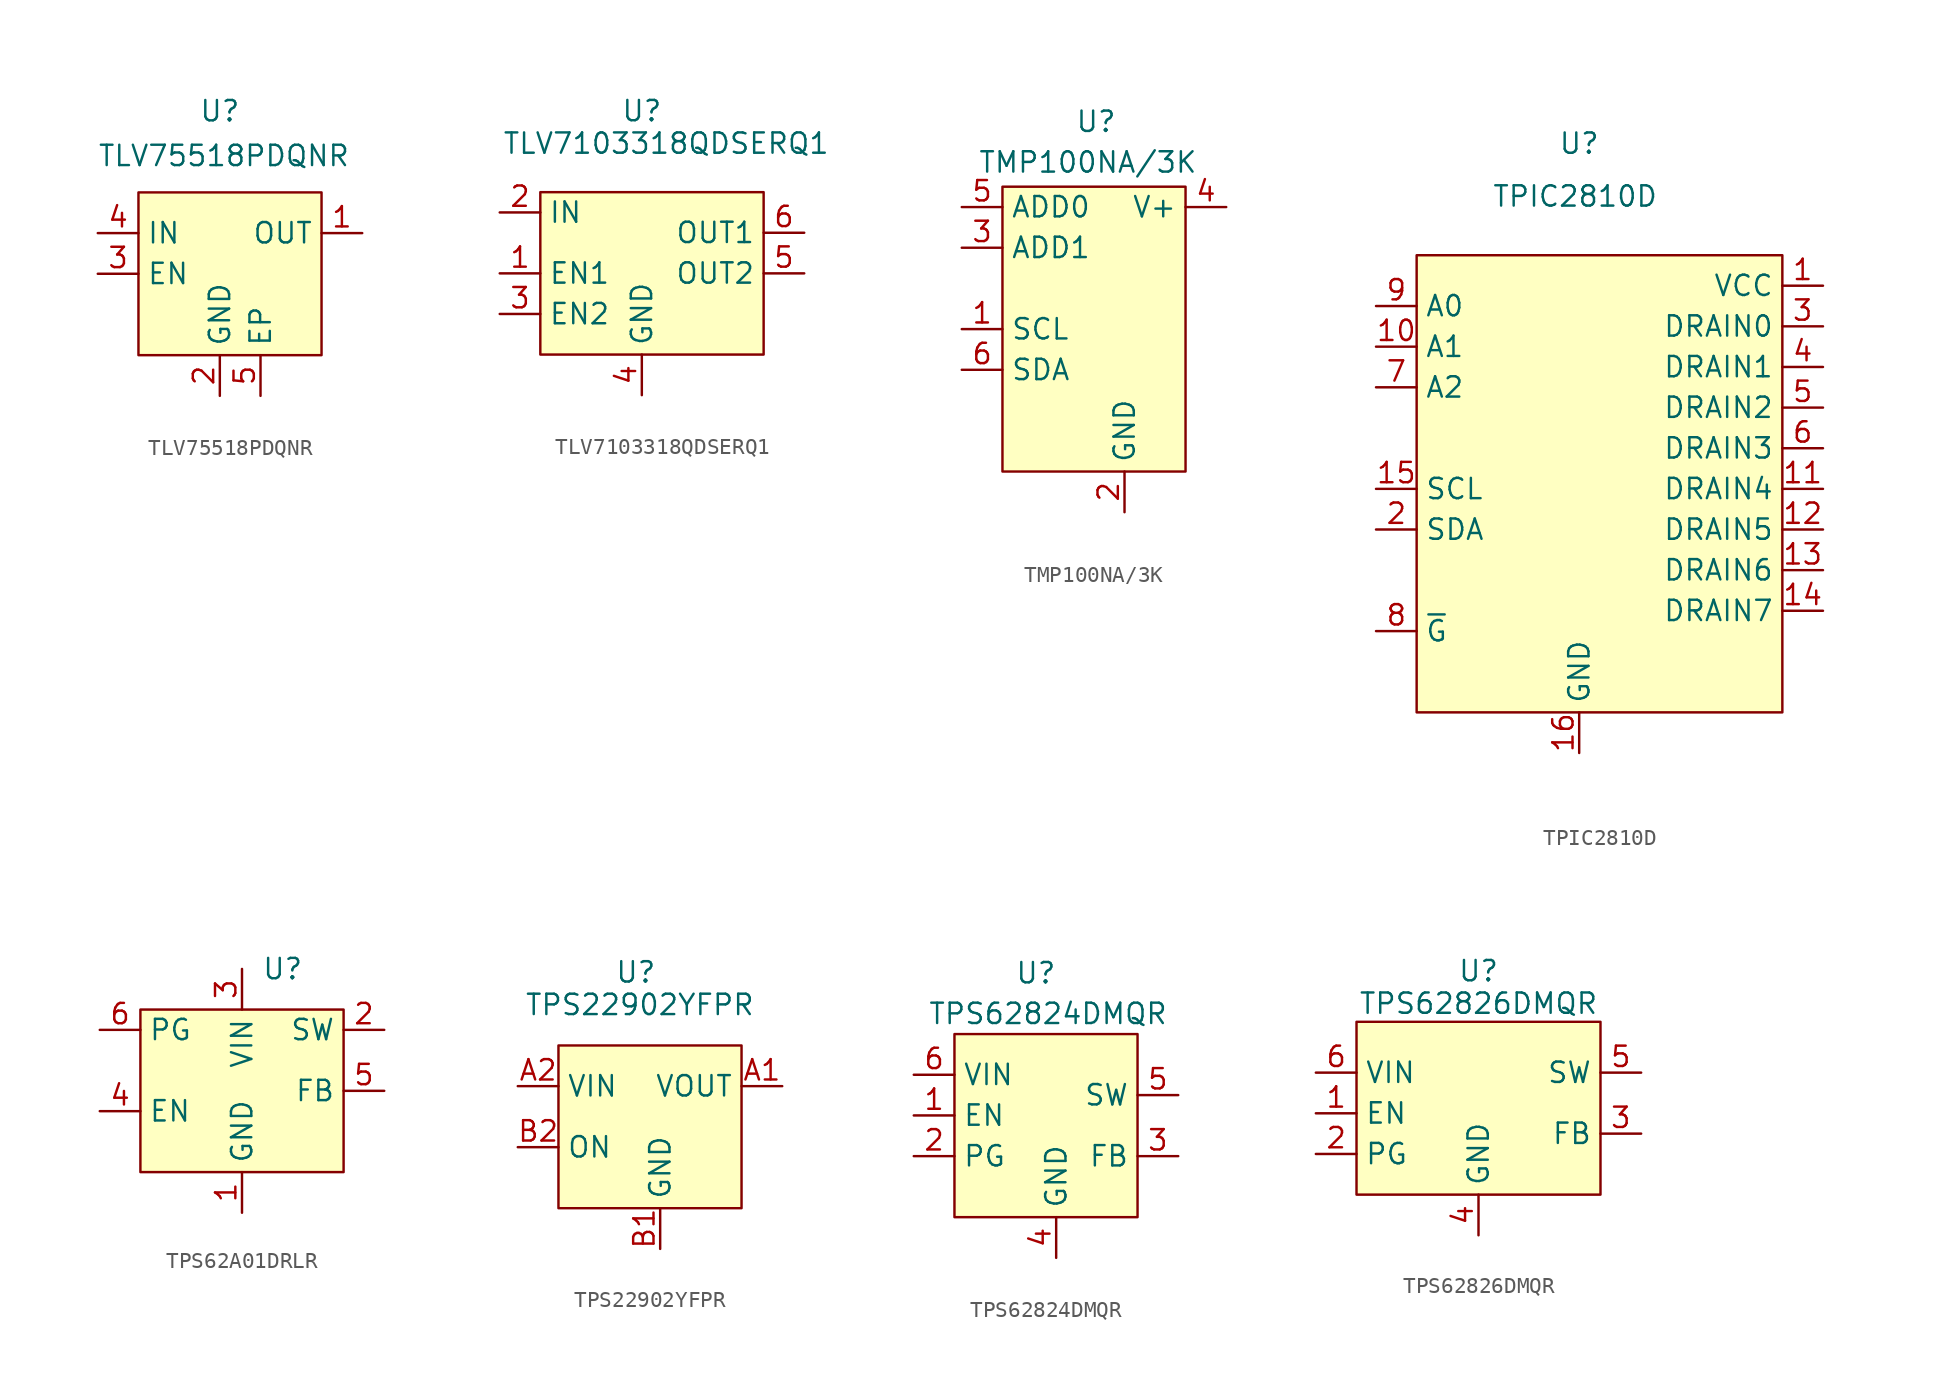
<source format=kicad_sym>
(kicad_symbol_lib
  (version 20241209)
  (generator "kicad_symbol_editor")
  (generator_version "9.0")
  (symbol "TLV75518PDQNR"
    (property "Reference" "U"
      (at 0 0 0)
      (effects (font (size 1.27 1.27))))
    (property "Value" "TLV75518PDQNR"
      (at 0.254 -2.794 0)
      (effects (font (size 1.27 1.27))))
    (symbol "TLV75518PDQNR_0_0"
      (pin passive line (at -7.62 -7.62 0) (length 2.54) (name "IN" (effects (font (size 1.27 1.27)))) (number "4" (effects (font (size 1.27 1.27)))))
      (pin passive line (at -7.62 -10.16 0) (length 2.54) (name "EN" (effects (font (size 1.27 1.27)))) (number "3" (effects (font (size 1.27 1.27)))))
      (pin passive line (at 0 -17.78 90) (length 2.54) (name "GND" (effects (font (size 1.27 1.27)))) (number "2" (effects (font (size 1.27 1.27)))))
      (pin passive line (at 2.54 -17.78 90) (length 2.54) (name "EP" (effects (font (size 1.27 1.27)))) (number "5" (effects (font (size 1.27 1.27)))))
      (pin passive line (at 8.89 -7.62 180) (length 2.54) (name "OUT" (effects (font (size 1.27 1.27)))) (number "1" (effects (font (size 1.27 1.27))))))
    (symbol "TLV75518PDQNR_1_1"
      (rectangle (start -5.08 -5.08) (end 6.35 -15.24) (stroke (width 0) (type solid)) (fill (type background)))))
  (symbol "TLV7103318QDSERQ1"
    (property "Reference" "U"
      (at 0 0 0)
      (effects (font (size 1.27 1.27))))
    (property "Value" "TLV7103318QDSERQ1"
      (at 1.524 -2.032 0)
      (effects (font (size 1.27 1.27))))
    (symbol "TLV7103318QDSERQ1_0_0"
      (pin passive line (at -8.89 -6.35 0) (length 2.54) (name "IN" (effects (font (size 1.27 1.27)))) (number "2" (effects (font (size 1.27 1.27)))))
      (pin passive line (at -8.89 -10.16 0) (length 2.54) (name "EN1" (effects (font (size 1.27 1.27)))) (number "1" (effects (font (size 1.27 1.27)))))
      (pin passive line (at -8.89 -12.7 0) (length 2.54) (name "EN2" (effects (font (size 1.27 1.27)))) (number "3" (effects (font (size 1.27 1.27)))))
      (pin passive line (at 0 -17.78 90) (length 2.54) (name "GND" (effects (font (size 1.27 1.27)))) (number "4" (effects (font (size 1.27 1.27)))))
      (pin passive line (at 10.16 -7.62 180) (length 2.54) (name "OUT1" (effects (font (size 1.27 1.27)))) (number "6" (effects (font (size 1.27 1.27)))))
      (pin passive line (at 10.16 -10.16 180) (length 2.54) (name "OUT2" (effects (font (size 1.27 1.27)))) (number "5" (effects (font (size 1.27 1.27))))))
    (symbol "TLV7103318QDSERQ1_1_1"
      (rectangle (start -6.35 -5.08) (end 7.62 -15.24) (stroke (width 0) (type solid)) (fill (type background)))))
  (symbol "TMP100NA/3K"
    (property "Reference" "U"
      (at -0.508 1.524 0)
      (effects (font (size 1.27 1.27))))
    (property "Value" "TMP100NA/3K"
      (at -1.016 -1.016 0)
      (effects (font (size 1.27 1.27))))
    (symbol "TMP100NA/3K_0_0"
      (pin passive line (at -8.89 -3.81 0) (length 2.54) (name "ADD0" (effects (font (size 1.27 1.27)))) (number "5" (effects (font (size 1.27 1.27)))))
      (pin passive line (at -8.89 -6.35 0) (length 2.54) (name "ADD1" (effects (font (size 1.27 1.27)))) (number "3" (effects (font (size 1.27 1.27)))))
      (pin passive line (at -8.89 -11.43 0) (length 2.54) (name "SCL" (effects (font (size 1.27 1.27)))) (number "1" (effects (font (size 1.27 1.27)))))
      (pin passive line (at -8.89 -13.97 0) (length 2.54) (name "SDA" (effects (font (size 1.27 1.27)))) (number "6" (effects (font (size 1.27 1.27)))))
      (pin passive line (at 1.27 -22.86 90) (length 2.54) (name "GND" (effects (font (size 1.27 1.27)))) (number "2" (effects (font (size 1.27 1.27)))))
      (pin passive line (at 7.62 -3.81 180) (length 2.54) (name "V+" (effects (font (size 1.27 1.27)))) (number "4" (effects (font (size 1.27 1.27))))))
    (symbol "TMP100NA/3K_1_1"
      (rectangle (start -6.35 -2.54) (end 5.08 -20.32) (stroke (width 0) (type solid)) (fill (type background)))))
  (symbol "TPIC2810D"
    (property "Reference" "U"
      (at 0 0 0)
      (effects (font (size 1.27 1.27))))
    (property "Value" "TPIC2810D"
      (at -0.254 -3.302 0)
      (effects (font (size 1.27 1.27))))
    (symbol "TPIC2810D_0_0"
      (pin passive line (at -12.7 -10.16 0) (length 2.54) (name "A0" (effects (font (size 1.27 1.27)))) (number "9" (effects (font (size 1.27 1.27)))))
      (pin passive line (at -12.7 -12.7 0) (length 2.54) (name "A1" (effects (font (size 1.27 1.27)))) (number "10" (effects (font (size 1.27 1.27)))))
      (pin passive line (at -12.7 -15.24 0) (length 2.54) (name "A2" (effects (font (size 1.27 1.27)))) (number "7" (effects (font (size 1.27 1.27)))))
      (pin passive line (at -12.7 -21.59 0) (length 2.54) (name "SCL" (effects (font (size 1.27 1.27)))) (number "15" (effects (font (size 1.27 1.27)))))
      (pin passive line (at -12.7 -24.13 0) (length 2.54) (name "SDA" (effects (font (size 1.27 1.27)))) (number "2" (effects (font (size 1.27 1.27)))))
      (pin passive line (at -12.7 -30.48 0) (length 2.54) (name "~{G}" (effects (font (size 1.27 1.27)))) (number "8" (effects (font (size 1.27 1.27)))))
      (pin passive line (at 0 -38.1 90) (length 2.54) (name "GND" (effects (font (size 1.27 1.27)))) (number "16" (effects (font (size 1.27 1.27)))))
      (pin passive line (at 15.24 -8.89 180) (length 2.54) (name "VCC" (effects (font (size 1.27 1.27)))) (number "1" (effects (font (size 1.27 1.27)))))
      (pin passive line (at 15.24 -11.43 180) (length 2.54) (name "DRAIN0" (effects (font (size 1.27 1.27)))) (number "3" (effects (font (size 1.27 1.27)))))
      (pin passive line (at 15.24 -13.97 180) (length 2.54) (name "DRAIN1" (effects (font (size 1.27 1.27)))) (number "4" (effects (font (size 1.27 1.27)))))
      (pin passive line (at 15.24 -16.51 180) (length 2.54) (name "DRAIN2" (effects (font (size 1.27 1.27)))) (number "5" (effects (font (size 1.27 1.27)))))
      (pin passive line (at 15.24 -19.05 180) (length 2.54) (name "DRAIN3" (effects (font (size 1.27 1.27)))) (number "6" (effects (font (size 1.27 1.27)))))
      (pin passive line (at 15.24 -21.59 180) (length 2.54) (name "DRAIN4" (effects (font (size 1.27 1.27)))) (number "11" (effects (font (size 1.27 1.27)))))
      (pin passive line (at 15.24 -24.13 180) (length 2.54) (name "DRAIN5" (effects (font (size 1.27 1.27)))) (number "12" (effects (font (size 1.27 1.27)))))
      (pin passive line (at 15.24 -26.67 180) (length 2.54) (name "DRAIN6" (effects (font (size 1.27 1.27)))) (number "13" (effects (font (size 1.27 1.27)))))
      (pin passive line (at 15.24 -29.21 180) (length 2.54) (name "DRAIN7" (effects (font (size 1.27 1.27)))) (number "14" (effects (font (size 1.27 1.27))))))
    (symbol "TPIC2810D_1_1"
      (rectangle (start -10.16 -6.985) (end 12.7 -35.56) (stroke (width 0) (type solid)) (fill (type background)))))
  (symbol "TPS62A01DRLR"
    (property "Reference" "U"
      (at 0 0 0)
      (effects (font (size 1.27 1.27))))
    (property "Value" ""
      (at 0 0 0)
      (effects (font (size 1.27 1.27))))
    (symbol "TPS62A01DRLR_0_0"
      (pin passive line (at -11.43 -3.81 0) (length 2.54) (name "PG" (effects (font (size 1.27 1.27)))) (number "6" (effects (font (size 1.27 1.27)))))
      (pin passive line (at -11.43 -8.89 0) (length 2.54) (name "EN" (effects (font (size 1.27 1.27)))) (number "4" (effects (font (size 1.27 1.27)))))
      (pin passive line (at -2.54 0 270) (length 2.54) (name "VIN" (effects (font (size 1.27 1.27)))) (number "3" (effects (font (size 1.27 1.27)))))
      (pin passive line (at -2.54 -15.24 90) (length 2.54) (name "GND" (effects (font (size 1.27 1.27)))) (number "1" (effects (font (size 1.27 1.27)))))
      (pin passive line (at 6.35 -3.81 180) (length 2.54) (name "SW" (effects (font (size 1.27 1.27)))) (number "2" (effects (font (size 1.27 1.27)))))
      (pin passive line (at 6.35 -7.62 180) (length 2.54) (name "FB" (effects (font (size 1.27 1.27)))) (number "5" (effects (font (size 1.27 1.27))))))
    (symbol "TPS62A01DRLR_1_1"
      (rectangle (start -8.89 -2.54) (end 3.81 -12.7) (stroke (width 0) (type solid)) (fill (type background)))))
  (symbol "TPS22902YFPR"
    (property "Reference" "U"
      (at -0.254 2.032 0)
      (effects (font (size 1.27 1.27))))
    (property "Value" "TPS22902YFPR"
      (at 0 0 0)
      (effects (font (size 1.27 1.27))))
    (symbol "TPS22902YFPR_0_0"
      (pin passive line (at -7.62 -5.08 0) (length 2.54) (name "VIN" (effects (font (size 1.27 1.27)))) (number "A2" (effects (font (size 1.27 1.27)))))
      (pin passive line (at -7.62 -8.89 0) (length 2.54) (name "ON" (effects (font (size 1.27 1.27)))) (number "B2" (effects (font (size 1.27 1.27)))))
      (pin passive line (at 1.27 -15.24 90) (length 2.54) (name "GND" (effects (font (size 1.27 1.27)))) (number "B1" (effects (font (size 1.27 1.27)))))
      (pin passive line (at 8.89 -5.08 180) (length 2.54) (name "VOUT" (effects (font (size 1.27 1.27)))) (number "A1" (effects (font (size 1.27 1.27))))))
    (symbol "TPS22902YFPR_1_1"
      (rectangle (start -5.08 -2.54) (end 6.35 -12.7) (stroke (width 0) (type solid)) (fill (type background)))))
  (symbol "TPS62824DMQR"
    (property "Reference" "U"
      (at 0 0 0)
      (effects (font (size 1.27 1.27))))
    (property "Value" "TPS62824DMQR"
      (at 0.762 -2.54 0)
      (effects (font (size 1.27 1.27))))
    (symbol "TPS62824DMQR_0_0"
      (pin passive line (at -7.62 -6.35 0) (length 2.54) (name "VIN" (effects (font (size 1.27 1.27)))) (number "6" (effects (font (size 1.27 1.27)))))
      (pin passive line (at -7.62 -8.89 0) (length 2.54) (name "EN" (effects (font (size 1.27 1.27)))) (number "1" (effects (font (size 1.27 1.27)))))
      (pin passive line (at -7.62 -11.43 0) (length 2.54) (name "PG" (effects (font (size 1.27 1.27)))) (number "2" (effects (font (size 1.27 1.27)))))
      (pin passive line (at 1.27 -17.78 90) (length 2.54) (name "GND" (effects (font (size 1.27 1.27)))) (number "4" (effects (font (size 1.27 1.27)))))
      (pin passive line (at 8.89 -7.62 180) (length 2.54) (name "SW" (effects (font (size 1.27 1.27)))) (number "5" (effects (font (size 1.27 1.27)))))
      (pin passive line (at 8.89 -11.43 180) (length 2.54) (name "FB" (effects (font (size 1.27 1.27)))) (number "3" (effects (font (size 1.27 1.27))))))
    (symbol "TPS62824DMQR_1_1"
      (rectangle (start -5.08 -3.81) (end 6.35 -15.24) (stroke (width 0) (type solid)) (fill (type background)))))
  (symbol "TPS62826DMQR"
    (property "Reference" "U"
      (at 0 0 0)
      (effects (font (size 1.27 1.27))))
    (property "Value" "TPS62826DMQR"
      (at 0 -2.032 0)
      (effects (font (size 1.27 1.27))))
    (symbol "TPS62826DMQR_0_0"
      (pin passive line (at -10.16 -6.35 0) (length 2.54) (name "VIN" (effects (font (size 1.27 1.27)))) (number "6" (effects (font (size 1.27 1.27)))))
      (pin passive line (at -10.16 -8.89 0) (length 2.54) (name "EN" (effects (font (size 1.27 1.27)))) (number "1" (effects (font (size 1.27 1.27)))))
      (pin passive line (at -10.16 -11.43 0) (length 2.54) (name "PG" (effects (font (size 1.27 1.27)))) (number "2" (effects (font (size 1.27 1.27)))))
      (pin passive line (at 0 -16.51 90) (length 2.54) (name "GND" (effects (font (size 1.27 1.27)))) (number "4" (effects (font (size 1.27 1.27)))))
      (pin passive line (at 10.16 -6.35 180) (length 2.54) (name "SW" (effects (font (size 1.27 1.27)))) (number "5" (effects (font (size 1.27 1.27)))))
      (pin passive line (at 10.16 -10.16 180) (length 2.54) (name "FB" (effects (font (size 1.27 1.27)))) (number "3" (effects (font (size 1.27 1.27))))))
    (symbol "TPS62826DMQR_1_1"
      (rectangle (start -7.62 -3.175) (end 7.62 -13.97) (stroke (width 0) (type solid)) (fill (type background))))))
</source>
